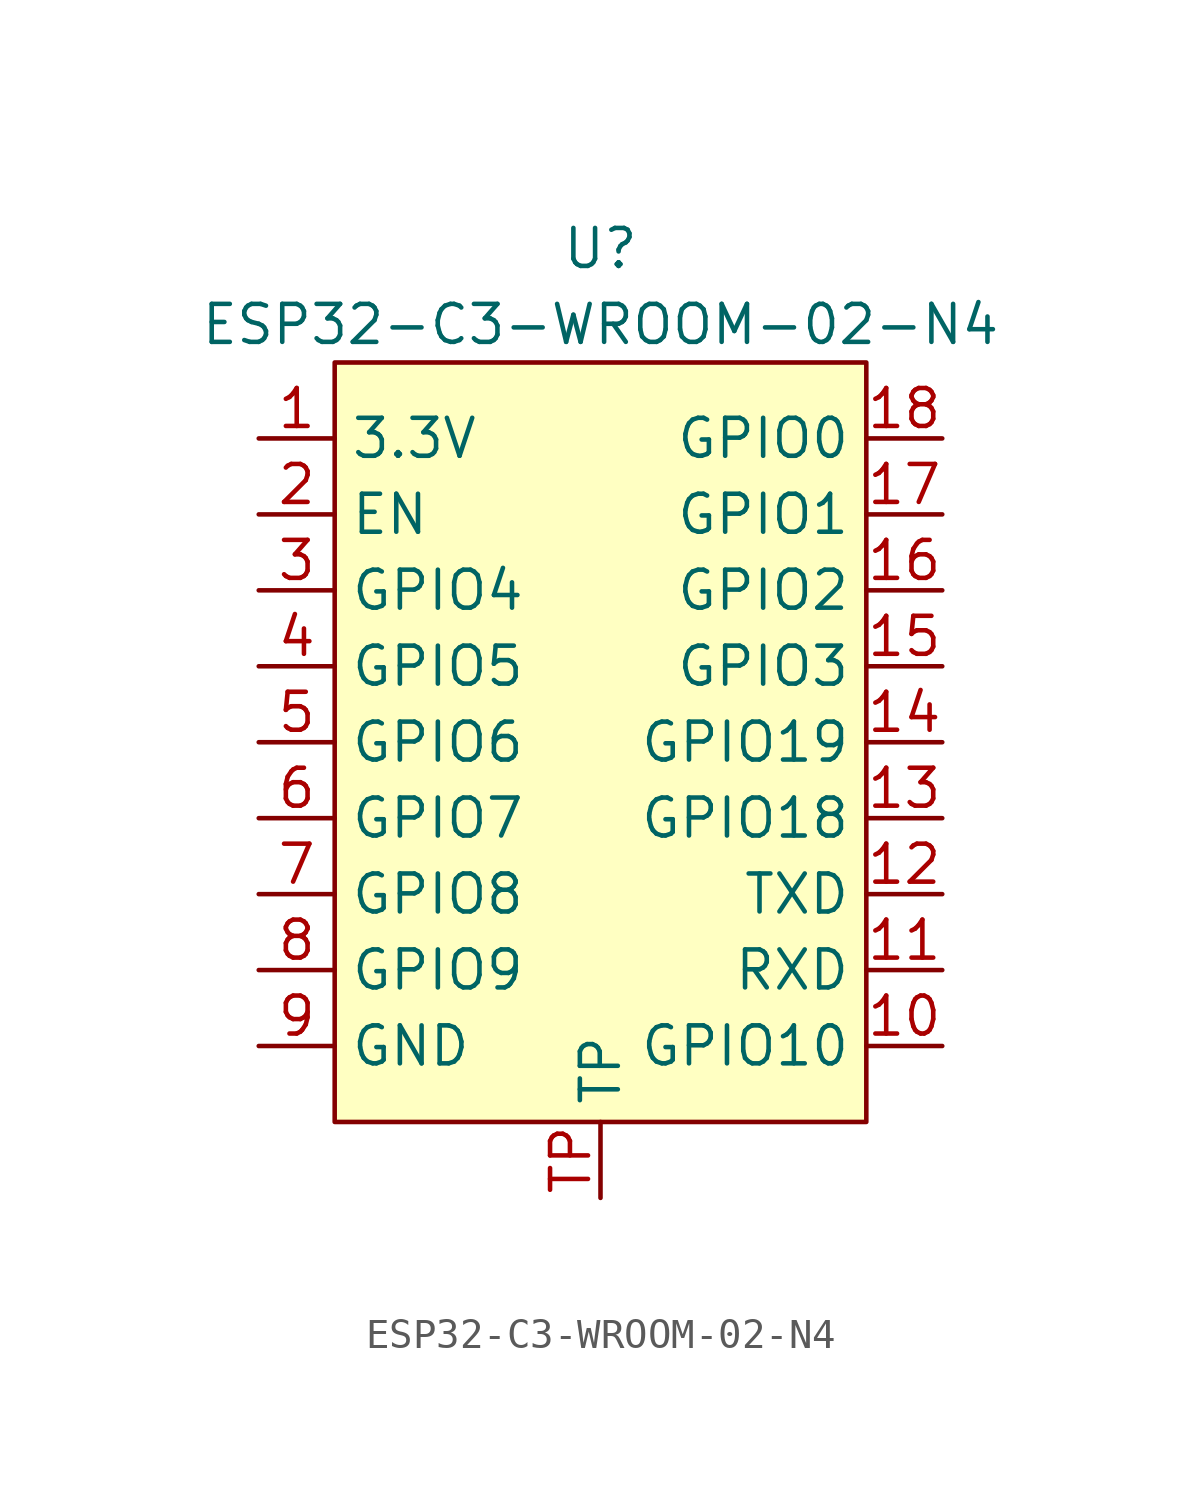
<source format=kicad_sym>
(kicad_symbol_lib
  (version 20220914)
  (generator kicad_symbol_editor)
  (symbol "ESP32-C3-WROOM-02-N4"
    (property "Reference" "U"
      (at 0 12.7 0)
      (effects (font (size 1.27 1.27))))
    (property "Value" "ESP32-C3-WROOM-02-N4"
      (at 0 10.16 0)
      (effects (font (size 1.27 1.27))))
    (symbol "ESP32-C3-WROOM-02-N4_0_1"
      (rectangle (start -8.89 8.89) (end 8.89 -16.51) (stroke (width 0) (type default)) (fill (type background))))
    (symbol "ESP32-C3-WROOM-02-N4_1_1"
      (pin input line (at -11.43 6.35 0) (length 2.54) (name "3.3V" (effects (font (size 1.27 1.27)))) (number "1" (effects (font (size 1.27 1.27)))))
      (pin input line (at 11.43 -13.97 180) (length 2.54) (name "GPIO10" (effects (font (size 1.27 1.27)))) (number "10" (effects (font (size 1.27 1.27)))))
      (pin input line (at 11.43 -11.43 180) (length 2.54) (name "RXD" (effects (font (size 1.27 1.27)))) (number "11" (effects (font (size 1.27 1.27)))))
      (pin input line (at 11.43 -8.89 180) (length 2.54) (name "TXD" (effects (font (size 1.27 1.27)))) (number "12" (effects (font (size 1.27 1.27)))))
      (pin input line (at 11.43 -6.35 180) (length 2.54) (name "GPIO18" (effects (font (size 1.27 1.27)))) (number "13" (effects (font (size 1.27 1.27)))))
      (pin input line (at 11.43 -3.81 180) (length 2.54) (name "GPIO19" (effects (font (size 1.27 1.27)))) (number "14" (effects (font (size 1.27 1.27)))))
      (pin input line (at 11.43 -1.27 180) (length 2.54) (name "GPIO3" (effects (font (size 1.27 1.27)))) (number "15" (effects (font (size 1.27 1.27)))))
      (pin input line (at 11.43 1.27 180) (length 2.54) (name "GPIO2" (effects (font (size 1.27 1.27)))) (number "16" (effects (font (size 1.27 1.27)))))
      (pin input line (at 11.43 3.81 180) (length 2.54) (name "GPIO1" (effects (font (size 1.27 1.27)))) (number "17" (effects (font (size 1.27 1.27)))))
      (pin input line (at 11.43 6.35 180) (length 2.54) (name "GPIO0" (effects (font (size 1.27 1.27)))) (number "18" (effects (font (size 1.27 1.27)))))
      (pin input line (at -11.43 3.81 0) (length 2.54) (name "EN" (effects (font (size 1.27 1.27)))) (number "2" (effects (font (size 1.27 1.27)))))
      (pin input line (at -11.43 1.27 0) (length 2.54) (name "GPIO4" (effects (font (size 1.27 1.27)))) (number "3" (effects (font (size 1.27 1.27)))))
      (pin input line (at -11.43 -1.27 0) (length 2.54) (name "GPIO5" (effects (font (size 1.27 1.27)))) (number "4" (effects (font (size 1.27 1.27)))))
      (pin input line (at -11.43 -3.81 0) (length 2.54) (name "GPIO6" (effects (font (size 1.27 1.27)))) (number "5" (effects (font (size 1.27 1.27)))))
      (pin input line (at -11.43 -6.35 0) (length 2.54) (name "GPIO7" (effects (font (size 1.27 1.27)))) (number "6" (effects (font (size 1.27 1.27)))))
      (pin input line (at -11.43 -8.89 0) (length 2.54) (name "GPIO8" (effects (font (size 1.27 1.27)))) (number "7" (effects (font (size 1.27 1.27)))))
      (pin input line (at -11.43 -11.43 0) (length 2.54) (name "GPIO9" (effects (font (size 1.27 1.27)))) (number "8" (effects (font (size 1.27 1.27)))))
      (pin input line (at -11.43 -13.97 0) (length 2.54) (name "GND" (effects (font (size 1.27 1.27)))) (number "9" (effects (font (size 1.27 1.27)))))
      (pin passive line (at 0 -19.05 90) (length 2.54) (name "TP" (effects (font (size 1.27 1.27)))) (number "TP" (effects (font (size 1.27 1.27))))))))
</source>
